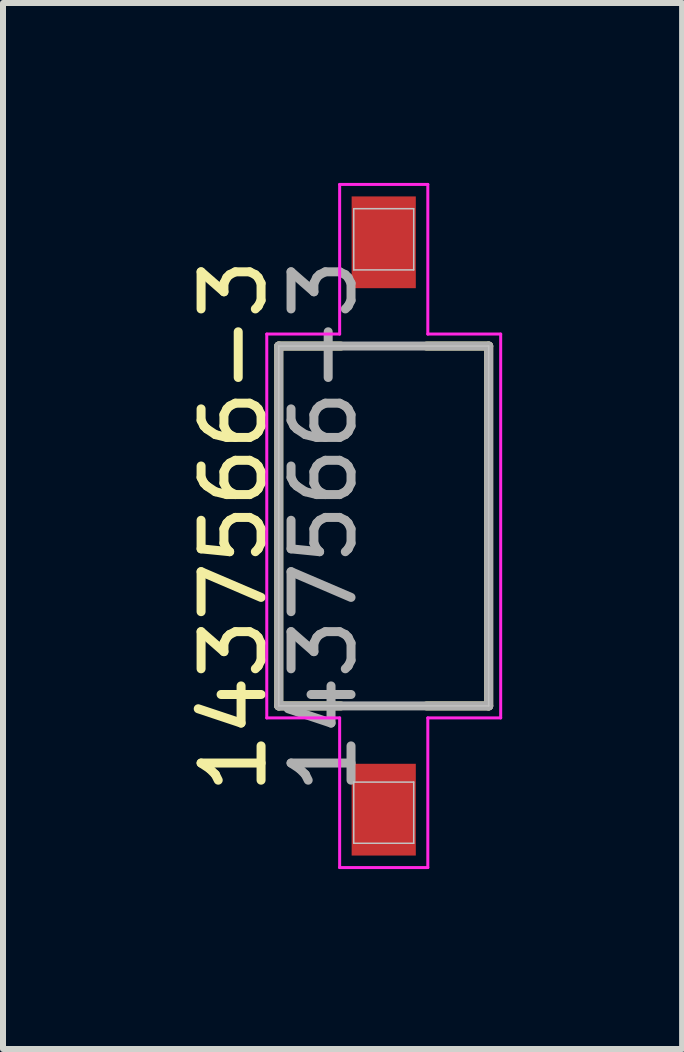
<source format=kicad_pcb>
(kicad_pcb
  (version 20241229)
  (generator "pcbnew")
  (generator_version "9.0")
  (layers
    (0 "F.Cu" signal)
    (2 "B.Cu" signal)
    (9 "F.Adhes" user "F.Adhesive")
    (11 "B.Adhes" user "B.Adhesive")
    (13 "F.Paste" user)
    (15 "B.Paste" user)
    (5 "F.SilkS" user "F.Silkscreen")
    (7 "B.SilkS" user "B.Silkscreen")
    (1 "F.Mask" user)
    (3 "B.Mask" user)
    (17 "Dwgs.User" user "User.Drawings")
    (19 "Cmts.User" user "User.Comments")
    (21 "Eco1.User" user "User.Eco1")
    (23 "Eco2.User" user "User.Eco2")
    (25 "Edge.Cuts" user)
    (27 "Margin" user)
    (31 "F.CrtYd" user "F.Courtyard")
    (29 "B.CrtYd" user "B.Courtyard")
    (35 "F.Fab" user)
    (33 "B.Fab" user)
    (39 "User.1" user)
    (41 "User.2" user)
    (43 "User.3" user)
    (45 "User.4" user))
  (footprint "1437566-3"
    (layer "F.Cu")
    (at 3.348 5.72)
    (property "Reference" "1437566-3" (at -1 0 90) (layer "F.Fab") (effects (font (size 1 1) (thickness 0.15))))
    (attr smd)
    (fp_line (start -1.75 -3) (end -0.715 -3) (stroke (width 0.15) (type solid)) (layer "F.SilkS"))
    (fp_line (start -1.75 3) (end -1.75 -3) (stroke (width 0.15) (type solid)) (layer "F.SilkS"))
    (fp_line (start -0.715 3) (end -1.75 3) (stroke (width 0.15) (type solid)) (layer "F.SilkS"))
    (fp_line (start 0.715 3) (end 1.75 3) (stroke (width 0.15) (type solid)) (layer "F.SilkS"))
    (fp_line (start 1.75 -3) (end 0.715 -3) (stroke (width 0.15) (type solid)) (layer "F.SilkS"))
    (fp_line (start 1.75 3) (end 1.75 -3) (stroke (width 0.15) (type solid)) (layer "F.SilkS"))
    (fp_line (start -1.75 -3) (end 1.75 -3) (stroke (width 0.025) (type solid)) (layer "Dwgs.User"))
    (fp_line (start -1.75 3) (end -1.75 -3) (stroke (width 0.025) (type solid)) (layer "Dwgs.User"))
    (fp_line (start -0.5 -5.29) (end 0.5 -5.29) (stroke (width 0.025) (type solid)) (layer "Dwgs.User"))
    (fp_line (start -0.5 -4.27) (end -0.5 -5.29) (stroke (width 0.025) (type solid)) (layer "Dwgs.User"))
    (fp_line (start -0.5 4.27) (end 0.5 4.27) (stroke (width 0.025) (type solid)) (layer "Dwgs.User"))
    (fp_line (start -0.5 5.29) (end -0.5 4.27) (stroke (width 0.025) (type solid)) (layer "Dwgs.User"))
    (fp_line (start 0.5 -5.29) (end 0.5 -4.27) (stroke (width 0.025) (type solid)) (layer "Dwgs.User"))
    (fp_line (start 0.5 -4.27) (end -0.5 -4.27) (stroke (width 0.025) (type solid)) (layer "Dwgs.User"))
    (fp_line (start 0.5 4.27) (end 0.5 5.29) (stroke (width 0.025) (type solid)) (layer "Dwgs.User"))
    (fp_line (start 0.5 5.29) (end -0.5 5.29) (stroke (width 0.025) (type solid)) (layer "Dwgs.User"))
    (fp_line (start 1.75 -3) (end 1.75 3) (stroke (width 0.025) (type solid)) (layer "Dwgs.User"))
    (fp_line (start 1.75 3) (end -1.75 3) (stroke (width 0.025) (type solid)) (layer "Dwgs.User"))
    (fp_line (start -1.95 -3.2) (end -1.95 3.2) (stroke (width 0.05) (type solid)) (layer "F.CrtYd"))
    (fp_line (start -1.95 3.2) (end -0.735 3.2) (stroke (width 0.05) (type solid)) (layer "F.CrtYd"))
    (fp_line (start -0.735 -5.695) (end -0.735 -3.2) (stroke (width 0.05) (type solid)) (layer "F.CrtYd"))
    (fp_line (start -0.735 -3.2) (end -1.95 -3.2) (stroke (width 0.05) (type solid)) (layer "F.CrtYd"))
    (fp_line (start -0.735 3.2) (end -0.735 5.695) (stroke (width 0.05) (type solid)) (layer "F.CrtYd"))
    (fp_line (start -0.735 5.695) (end 0.735 5.695) (stroke (width 0.05) (type solid)) (layer "F.CrtYd"))
    (fp_line (start 0.735 -5.695) (end -0.735 -5.695) (stroke (width 0.05) (type solid)) (layer "F.CrtYd"))
    (fp_line (start 0.735 -3.2) (end 0.735 -5.695) (stroke (width 0.05) (type solid)) (layer "F.CrtYd"))
    (fp_line (start 0.735 3.2) (end 1.95 3.2) (stroke (width 0.05) (type solid)) (layer "F.CrtYd"))
    (fp_line (start 0.735 5.695) (end 0.735 3.2) (stroke (width 0.05) (type solid)) (layer "F.CrtYd"))
    (fp_line (start 1.95 -3.2) (end 0.735 -3.2) (stroke (width 0.05) (type solid)) (layer "F.CrtYd"))
    (fp_line (start 1.95 3.2) (end 1.95 -3.2) (stroke (width 0.05) (type solid)) (layer "F.CrtYd"))
    (fp_line (start -1.75 -3) (end 1.75 -3) (stroke (width 0.15) (type solid)) (layer "F.Fab"))
    (fp_line (start -1.75 3) (end -1.75 -3) (stroke (width 0.15) (type solid)) (layer "F.Fab"))
    (fp_line (start 1.75 -3) (end 1.75 3) (stroke (width 0.15) (type solid)) (layer "F.Fab"))
    (fp_line (start 1.75 3) (end -1.75 3) (stroke (width 0.15) (type solid)) (layer "F.Fab"))
    (fp_text user "${REFERENCE}" (at -2.5 0 90) (layer "F.SilkS") (effects (font (size 1 1) (thickness 0.15))))
    (pad "1" smd rect (at 0 4.73 90) (size 1.53 1.07) (layers "F.Cu" "F.Mask" "F.Paste"))
    (pad "2" smd rect (at 0 -4.73 90) (size 1.53 1.07) (layers "F.Cu" "F.Mask" "F.Paste")))
  (gr_rect
    (start -3 -3)
    (end 8.323 14.44)
    (stroke (width 0.1) (type default))
    (fill no)
    (layer "Edge.Cuts")))
</source>
